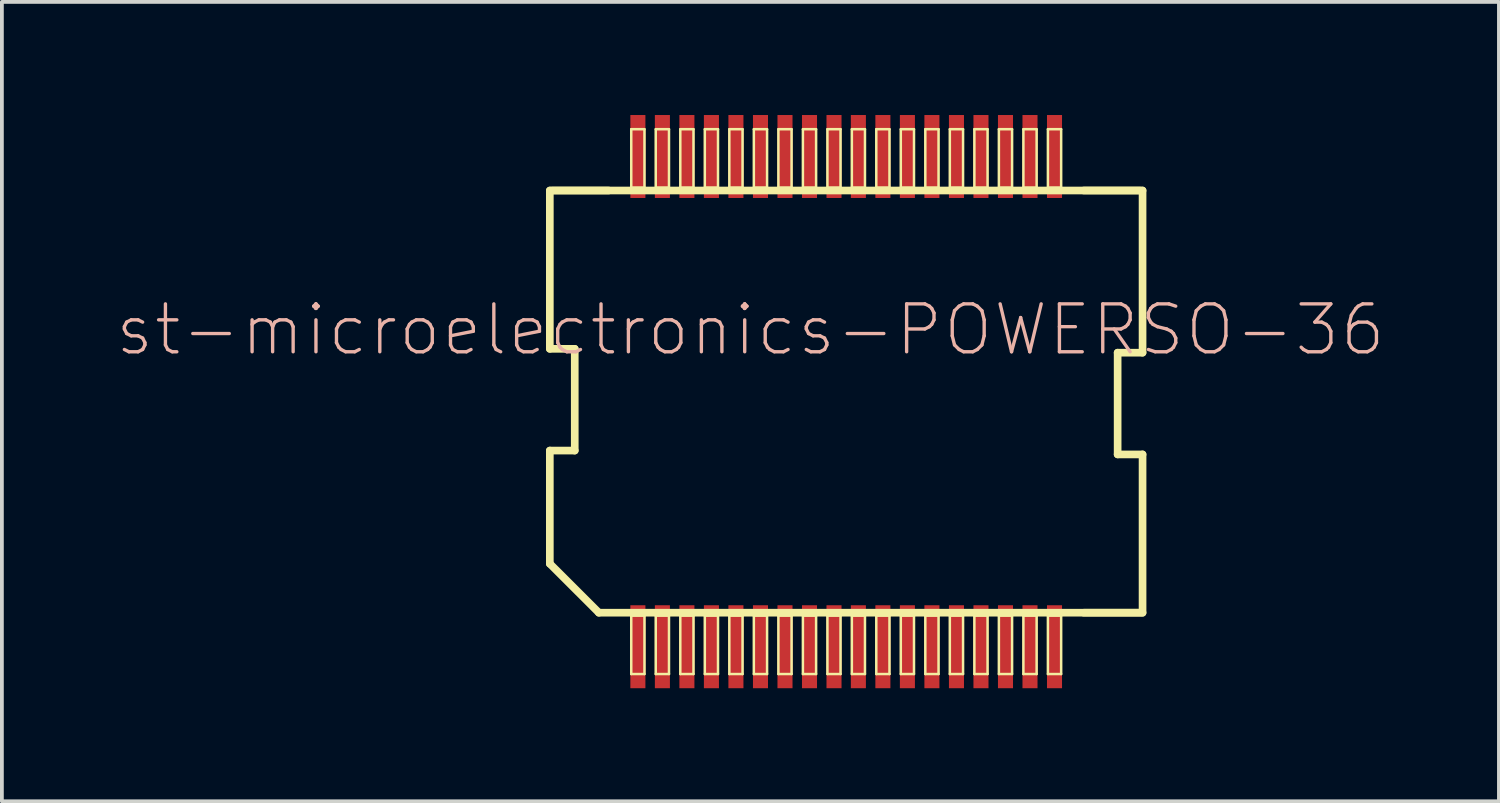
<source format=kicad_pcb>
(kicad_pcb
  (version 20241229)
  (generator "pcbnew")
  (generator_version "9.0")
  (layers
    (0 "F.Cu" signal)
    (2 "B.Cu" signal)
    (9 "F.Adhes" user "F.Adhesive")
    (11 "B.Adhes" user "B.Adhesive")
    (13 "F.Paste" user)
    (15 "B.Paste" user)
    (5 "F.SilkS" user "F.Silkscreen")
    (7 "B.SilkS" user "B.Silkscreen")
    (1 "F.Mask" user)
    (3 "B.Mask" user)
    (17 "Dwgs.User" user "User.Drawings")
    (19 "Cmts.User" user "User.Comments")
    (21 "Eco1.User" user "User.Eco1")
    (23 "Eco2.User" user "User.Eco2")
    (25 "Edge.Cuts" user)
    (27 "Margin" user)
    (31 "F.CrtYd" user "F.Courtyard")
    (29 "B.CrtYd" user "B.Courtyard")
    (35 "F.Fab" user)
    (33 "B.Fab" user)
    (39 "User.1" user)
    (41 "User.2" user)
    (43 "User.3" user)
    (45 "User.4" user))
  (footprint "st-microelectronics-POWERSO-36"
    (layer "F.Cu")
    (at 19.389 7.6)
    (property "Reference" "st-microelectronics-POWERSO-36" (at -2.54 -1.905 0) (layer "B.SilkS") (effects (font (size 1.27 1.27) (thickness 0.089))))
    (attr smd)
    (fp_line (start -7.859 -5.598) (end 7.859 -5.598) (stroke (width 0.203) (type solid)) (layer "F.SilkS"))
    (fp_line (start -7.859 -1.4) (end -7.859 -5.598) (stroke (width 0.203) (type solid)) (layer "F.SilkS"))
    (fp_line (start -7.859 1.298) (end -7.198 1.298) (stroke (width 0.203) (type solid)) (layer "F.SilkS"))
    (fp_line (start -7.859 4.298) (end -7.859 1.298) (stroke (width 0.203) (type solid)) (layer "F.SilkS"))
    (fp_line (start -7.798 -5.598) (end -6.299 -5.598) (stroke (width 0.203) (type solid)) (layer "F.SilkS"))
    (fp_line (start -7.198 -1.4) (end -7.859 -1.4) (stroke (width 0.203) (type solid)) (layer "F.SilkS"))
    (fp_line (start -7.198 1.298) (end -7.198 -1.4) (stroke (width 0.203) (type solid)) (layer "F.SilkS"))
    (fp_line (start -6.558 5.598) (end -7.859 4.298) (stroke (width 0.203) (type solid)) (layer "F.SilkS"))
    (fp_line (start -5.7 -7.224) (end -5.349 -7.224) (stroke (width 0.066) (type solid)) (layer "F.SilkS"))
    (fp_line (start -5.7 -5.674) (end -5.7 -7.224) (stroke (width 0.066) (type solid)) (layer "F.SilkS"))
    (fp_line (start -5.7 -5.674) (end -5.349 -5.674) (stroke (width 0.066) (type solid)) (layer "F.SilkS"))
    (fp_line (start -5.7 5.674) (end -5.349 5.674) (stroke (width 0.066) (type solid)) (layer "F.SilkS"))
    (fp_line (start -5.7 7.224) (end -5.7 5.674) (stroke (width 0.066) (type solid)) (layer "F.SilkS"))
    (fp_line (start -5.7 7.224) (end -5.349 7.224) (stroke (width 0.066) (type solid)) (layer "F.SilkS"))
    (fp_line (start -5.349 -5.674) (end -5.349 -7.224) (stroke (width 0.066) (type solid)) (layer "F.SilkS"))
    (fp_line (start -5.349 7.224) (end -5.349 5.674) (stroke (width 0.066) (type solid)) (layer "F.SilkS"))
    (fp_line (start -5.05 -7.224) (end -4.699 -7.224) (stroke (width 0.066) (type solid)) (layer "F.SilkS"))
    (fp_line (start -5.05 -5.674) (end -5.05 -7.224) (stroke (width 0.066) (type solid)) (layer "F.SilkS"))
    (fp_line (start -5.05 -5.674) (end -4.699 -5.674) (stroke (width 0.066) (type solid)) (layer "F.SilkS"))
    (fp_line (start -5.05 5.674) (end -4.699 5.674) (stroke (width 0.066) (type solid)) (layer "F.SilkS"))
    (fp_line (start -5.05 7.224) (end -5.05 5.674) (stroke (width 0.066) (type solid)) (layer "F.SilkS"))
    (fp_line (start -5.05 7.224) (end -4.699 7.224) (stroke (width 0.066) (type solid)) (layer "F.SilkS"))
    (fp_line (start -4.699 -5.674) (end -4.699 -7.224) (stroke (width 0.066) (type solid)) (layer "F.SilkS"))
    (fp_line (start -4.699 7.224) (end -4.699 5.674) (stroke (width 0.066) (type solid)) (layer "F.SilkS"))
    (fp_line (start -4.399 -7.224) (end -4.049 -7.224) (stroke (width 0.066) (type solid)) (layer "F.SilkS"))
    (fp_line (start -4.399 -5.674) (end -4.399 -7.224) (stroke (width 0.066) (type solid)) (layer "F.SilkS"))
    (fp_line (start -4.399 -5.674) (end -4.049 -5.674) (stroke (width 0.066) (type solid)) (layer "F.SilkS"))
    (fp_line (start -4.399 5.674) (end -4.049 5.674) (stroke (width 0.066) (type solid)) (layer "F.SilkS"))
    (fp_line (start -4.399 7.224) (end -4.399 5.674) (stroke (width 0.066) (type solid)) (layer "F.SilkS"))
    (fp_line (start -4.399 7.224) (end -4.049 7.224) (stroke (width 0.066) (type solid)) (layer "F.SilkS"))
    (fp_line (start -4.049 -5.674) (end -4.049 -7.224) (stroke (width 0.066) (type solid)) (layer "F.SilkS"))
    (fp_line (start -4.049 7.224) (end -4.049 5.674) (stroke (width 0.066) (type solid)) (layer "F.SilkS"))
    (fp_line (start -3.749 -7.224) (end -3.399 -7.224) (stroke (width 0.066) (type solid)) (layer "F.SilkS"))
    (fp_line (start -3.749 -5.674) (end -3.749 -7.224) (stroke (width 0.066) (type solid)) (layer "F.SilkS"))
    (fp_line (start -3.749 -5.674) (end -3.399 -5.674) (stroke (width 0.066) (type solid)) (layer "F.SilkS"))
    (fp_line (start -3.749 5.674) (end -3.399 5.674) (stroke (width 0.066) (type solid)) (layer "F.SilkS"))
    (fp_line (start -3.749 7.224) (end -3.749 5.674) (stroke (width 0.066) (type solid)) (layer "F.SilkS"))
    (fp_line (start -3.749 7.224) (end -3.399 7.224) (stroke (width 0.066) (type solid)) (layer "F.SilkS"))
    (fp_line (start -3.399 -5.674) (end -3.399 -7.224) (stroke (width 0.066) (type solid)) (layer "F.SilkS"))
    (fp_line (start -3.399 7.224) (end -3.399 5.674) (stroke (width 0.066) (type solid)) (layer "F.SilkS"))
    (fp_line (start -3.099 -7.224) (end -2.748 -7.224) (stroke (width 0.066) (type solid)) (layer "F.SilkS"))
    (fp_line (start -3.099 -5.674) (end -3.099 -7.224) (stroke (width 0.066) (type solid)) (layer "F.SilkS"))
    (fp_line (start -3.099 -5.674) (end -2.748 -5.674) (stroke (width 0.066) (type solid)) (layer "F.SilkS"))
    (fp_line (start -3.099 5.674) (end -2.748 5.674) (stroke (width 0.066) (type solid)) (layer "F.SilkS"))
    (fp_line (start -3.099 7.224) (end -3.099 5.674) (stroke (width 0.066) (type solid)) (layer "F.SilkS"))
    (fp_line (start -3.099 7.224) (end -2.748 7.224) (stroke (width 0.066) (type solid)) (layer "F.SilkS"))
    (fp_line (start -2.748 -5.674) (end -2.748 -7.224) (stroke (width 0.066) (type solid)) (layer "F.SilkS"))
    (fp_line (start -2.748 7.224) (end -2.748 5.674) (stroke (width 0.066) (type solid)) (layer "F.SilkS"))
    (fp_line (start -2.449 -7.224) (end -2.098 -7.224) (stroke (width 0.066) (type solid)) (layer "F.SilkS"))
    (fp_line (start -2.449 -5.674) (end -2.449 -7.224) (stroke (width 0.066) (type solid)) (layer "F.SilkS"))
    (fp_line (start -2.449 -5.674) (end -2.098 -5.674) (stroke (width 0.066) (type solid)) (layer "F.SilkS"))
    (fp_line (start -2.449 5.674) (end -2.098 5.674) (stroke (width 0.066) (type solid)) (layer "F.SilkS"))
    (fp_line (start -2.449 7.224) (end -2.449 5.674) (stroke (width 0.066) (type solid)) (layer "F.SilkS"))
    (fp_line (start -2.449 7.224) (end -2.098 7.224) (stroke (width 0.066) (type solid)) (layer "F.SilkS"))
    (fp_line (start -2.098 -5.674) (end -2.098 -7.224) (stroke (width 0.066) (type solid)) (layer "F.SilkS"))
    (fp_line (start -2.098 7.224) (end -2.098 5.674) (stroke (width 0.066) (type solid)) (layer "F.SilkS"))
    (fp_line (start -1.798 -7.224) (end -1.448 -7.224) (stroke (width 0.066) (type solid)) (layer "F.SilkS"))
    (fp_line (start -1.798 -5.674) (end -1.798 -7.224) (stroke (width 0.066) (type solid)) (layer "F.SilkS"))
    (fp_line (start -1.798 -5.674) (end -1.448 -5.674) (stroke (width 0.066) (type solid)) (layer "F.SilkS"))
    (fp_line (start -1.798 5.674) (end -1.448 5.674) (stroke (width 0.066) (type solid)) (layer "F.SilkS"))
    (fp_line (start -1.798 7.224) (end -1.798 5.674) (stroke (width 0.066) (type solid)) (layer "F.SilkS"))
    (fp_line (start -1.798 7.224) (end -1.448 7.224) (stroke (width 0.066) (type solid)) (layer "F.SilkS"))
    (fp_line (start -1.448 -5.674) (end -1.448 -7.224) (stroke (width 0.066) (type solid)) (layer "F.SilkS"))
    (fp_line (start -1.448 7.224) (end -1.448 5.674) (stroke (width 0.066) (type solid)) (layer "F.SilkS"))
    (fp_line (start -1.148 -7.224) (end -0.798 -7.224) (stroke (width 0.066) (type solid)) (layer "F.SilkS"))
    (fp_line (start -1.148 -5.674) (end -1.148 -7.224) (stroke (width 0.066) (type solid)) (layer "F.SilkS"))
    (fp_line (start -1.148 -5.674) (end -0.798 -5.674) (stroke (width 0.066) (type solid)) (layer "F.SilkS"))
    (fp_line (start -1.148 5.674) (end -0.798 5.674) (stroke (width 0.066) (type solid)) (layer "F.SilkS"))
    (fp_line (start -1.148 7.224) (end -1.148 5.674) (stroke (width 0.066) (type solid)) (layer "F.SilkS"))
    (fp_line (start -1.148 7.224) (end -0.798 7.224) (stroke (width 0.066) (type solid)) (layer "F.SilkS"))
    (fp_line (start -0.798 -5.674) (end -0.798 -7.224) (stroke (width 0.066) (type solid)) (layer "F.SilkS"))
    (fp_line (start -0.798 7.224) (end -0.798 5.674) (stroke (width 0.066) (type solid)) (layer "F.SilkS"))
    (fp_line (start -0.498 -7.224) (end -0.15 -7.224) (stroke (width 0.066) (type solid)) (layer "F.SilkS"))
    (fp_line (start -0.498 -5.674) (end -0.498 -7.224) (stroke (width 0.066) (type solid)) (layer "F.SilkS"))
    (fp_line (start -0.498 -5.674) (end -0.15 -5.674) (stroke (width 0.066) (type solid)) (layer "F.SilkS"))
    (fp_line (start -0.498 5.674) (end -0.15 5.674) (stroke (width 0.066) (type solid)) (layer "F.SilkS"))
    (fp_line (start -0.498 7.224) (end -0.498 5.674) (stroke (width 0.066) (type solid)) (layer "F.SilkS"))
    (fp_line (start -0.498 7.224) (end -0.15 7.224) (stroke (width 0.066) (type solid)) (layer "F.SilkS"))
    (fp_line (start -0.15 -5.674) (end -0.15 -7.224) (stroke (width 0.066) (type solid)) (layer "F.SilkS"))
    (fp_line (start -0.15 7.224) (end -0.15 5.674) (stroke (width 0.066) (type solid)) (layer "F.SilkS"))
    (fp_line (start 0.15 -7.224) (end 0.498 -7.224) (stroke (width 0.066) (type solid)) (layer "F.SilkS"))
    (fp_line (start 0.15 -5.674) (end 0.15 -7.224) (stroke (width 0.066) (type solid)) (layer "F.SilkS"))
    (fp_line (start 0.15 -5.674) (end 0.498 -5.674) (stroke (width 0.066) (type solid)) (layer "F.SilkS"))
    (fp_line (start 0.15 5.674) (end 0.498 5.674) (stroke (width 0.066) (type solid)) (layer "F.SilkS"))
    (fp_line (start 0.15 7.224) (end 0.15 5.674) (stroke (width 0.066) (type solid)) (layer "F.SilkS"))
    (fp_line (start 0.15 7.224) (end 0.498 7.224) (stroke (width 0.066) (type solid)) (layer "F.SilkS"))
    (fp_line (start 0.498 -5.674) (end 0.498 -7.224) (stroke (width 0.066) (type solid)) (layer "F.SilkS"))
    (fp_line (start 0.498 7.224) (end 0.498 5.674) (stroke (width 0.066) (type solid)) (layer "F.SilkS"))
    (fp_line (start 0.798 -7.224) (end 1.148 -7.224) (stroke (width 0.066) (type solid)) (layer "F.SilkS"))
    (fp_line (start 0.798 -5.674) (end 0.798 -7.224) (stroke (width 0.066) (type solid)) (layer "F.SilkS"))
    (fp_line (start 0.798 -5.674) (end 1.148 -5.674) (stroke (width 0.066) (type solid)) (layer "F.SilkS"))
    (fp_line (start 0.798 5.674) (end 1.148 5.674) (stroke (width 0.066) (type solid)) (layer "F.SilkS"))
    (fp_line (start 0.798 7.224) (end 0.798 5.674) (stroke (width 0.066) (type solid)) (layer "F.SilkS"))
    (fp_line (start 0.798 7.224) (end 1.148 7.224) (stroke (width 0.066) (type solid)) (layer "F.SilkS"))
    (fp_line (start 1.148 -5.674) (end 1.148 -7.224) (stroke (width 0.066) (type solid)) (layer "F.SilkS"))
    (fp_line (start 1.148 7.224) (end 1.148 5.674) (stroke (width 0.066) (type solid)) (layer "F.SilkS"))
    (fp_line (start 1.448 -7.224) (end 1.798 -7.224) (stroke (width 0.066) (type solid)) (layer "F.SilkS"))
    (fp_line (start 1.448 -5.674) (end 1.448 -7.224) (stroke (width 0.066) (type solid)) (layer "F.SilkS"))
    (fp_line (start 1.448 -5.674) (end 1.798 -5.674) (stroke (width 0.066) (type solid)) (layer "F.SilkS"))
    (fp_line (start 1.448 5.674) (end 1.798 5.674) (stroke (width 0.066) (type solid)) (layer "F.SilkS"))
    (fp_line (start 1.448 7.224) (end 1.448 5.674) (stroke (width 0.066) (type solid)) (layer "F.SilkS"))
    (fp_line (start 1.448 7.224) (end 1.798 7.224) (stroke (width 0.066) (type solid)) (layer "F.SilkS"))
    (fp_line (start 1.798 -5.674) (end 1.798 -7.224) (stroke (width 0.066) (type solid)) (layer "F.SilkS"))
    (fp_line (start 1.798 7.224) (end 1.798 5.674) (stroke (width 0.066) (type solid)) (layer "F.SilkS"))
    (fp_line (start 2.098 -7.224) (end 2.449 -7.224) (stroke (width 0.066) (type solid)) (layer "F.SilkS"))
    (fp_line (start 2.098 -5.674) (end 2.098 -7.224) (stroke (width 0.066) (type solid)) (layer "F.SilkS"))
    (fp_line (start 2.098 -5.674) (end 2.449 -5.674) (stroke (width 0.066) (type solid)) (layer "F.SilkS"))
    (fp_line (start 2.098 5.674) (end 2.449 5.674) (stroke (width 0.066) (type solid)) (layer "F.SilkS"))
    (fp_line (start 2.098 7.224) (end 2.098 5.674) (stroke (width 0.066) (type solid)) (layer "F.SilkS"))
    (fp_line (start 2.098 7.224) (end 2.449 7.224) (stroke (width 0.066) (type solid)) (layer "F.SilkS"))
    (fp_line (start 2.449 -5.674) (end 2.449 -7.224) (stroke (width 0.066) (type solid)) (layer "F.SilkS"))
    (fp_line (start 2.449 7.224) (end 2.449 5.674) (stroke (width 0.066) (type solid)) (layer "F.SilkS"))
    (fp_line (start 2.748 -7.224) (end 3.099 -7.224) (stroke (width 0.066) (type solid)) (layer "F.SilkS"))
    (fp_line (start 2.748 -5.674) (end 2.748 -7.224) (stroke (width 0.066) (type solid)) (layer "F.SilkS"))
    (fp_line (start 2.748 -5.674) (end 3.099 -5.674) (stroke (width 0.066) (type solid)) (layer "F.SilkS"))
    (fp_line (start 2.748 5.674) (end 3.099 5.674) (stroke (width 0.066) (type solid)) (layer "F.SilkS"))
    (fp_line (start 2.748 7.224) (end 2.748 5.674) (stroke (width 0.066) (type solid)) (layer "F.SilkS"))
    (fp_line (start 2.748 7.224) (end 3.099 7.224) (stroke (width 0.066) (type solid)) (layer "F.SilkS"))
    (fp_line (start 3.099 -5.674) (end 3.099 -7.224) (stroke (width 0.066) (type solid)) (layer "F.SilkS"))
    (fp_line (start 3.099 7.224) (end 3.099 5.674) (stroke (width 0.066) (type solid)) (layer "F.SilkS"))
    (fp_line (start 3.399 -7.224) (end 3.749 -7.224) (stroke (width 0.066) (type solid)) (layer "F.SilkS"))
    (fp_line (start 3.399 -5.674) (end 3.399 -7.224) (stroke (width 0.066) (type solid)) (layer "F.SilkS"))
    (fp_line (start 3.399 -5.674) (end 3.749 -5.674) (stroke (width 0.066) (type solid)) (layer "F.SilkS"))
    (fp_line (start 3.399 5.674) (end 3.749 5.674) (stroke (width 0.066) (type solid)) (layer "F.SilkS"))
    (fp_line (start 3.399 7.224) (end 3.399 5.674) (stroke (width 0.066) (type solid)) (layer "F.SilkS"))
    (fp_line (start 3.399 7.224) (end 3.749 7.224) (stroke (width 0.066) (type solid)) (layer "F.SilkS"))
    (fp_line (start 3.749 -5.674) (end 3.749 -7.224) (stroke (width 0.066) (type solid)) (layer "F.SilkS"))
    (fp_line (start 3.749 7.224) (end 3.749 5.674) (stroke (width 0.066) (type solid)) (layer "F.SilkS"))
    (fp_line (start 4.049 -7.224) (end 4.399 -7.224) (stroke (width 0.066) (type solid)) (layer "F.SilkS"))
    (fp_line (start 4.049 -5.674) (end 4.049 -7.224) (stroke (width 0.066) (type solid)) (layer "F.SilkS"))
    (fp_line (start 4.049 -5.674) (end 4.399 -5.674) (stroke (width 0.066) (type solid)) (layer "F.SilkS"))
    (fp_line (start 4.049 5.674) (end 4.399 5.674) (stroke (width 0.066) (type solid)) (layer "F.SilkS"))
    (fp_line (start 4.049 7.224) (end 4.049 5.674) (stroke (width 0.066) (type solid)) (layer "F.SilkS"))
    (fp_line (start 4.049 7.224) (end 4.399 7.224) (stroke (width 0.066) (type solid)) (layer "F.SilkS"))
    (fp_line (start 4.399 -5.674) (end 4.399 -7.224) (stroke (width 0.066) (type solid)) (layer "F.SilkS"))
    (fp_line (start 4.399 7.224) (end 4.399 5.674) (stroke (width 0.066) (type solid)) (layer "F.SilkS"))
    (fp_line (start 4.699 -7.224) (end 5.05 -7.224) (stroke (width 0.066) (type solid)) (layer "F.SilkS"))
    (fp_line (start 4.699 -5.674) (end 4.699 -7.224) (stroke (width 0.066) (type solid)) (layer "F.SilkS"))
    (fp_line (start 4.699 -5.674) (end 5.05 -5.674) (stroke (width 0.066) (type solid)) (layer "F.SilkS"))
    (fp_line (start 4.699 5.674) (end 5.05 5.674) (stroke (width 0.066) (type solid)) (layer "F.SilkS"))
    (fp_line (start 4.699 7.224) (end 4.699 5.674) (stroke (width 0.066) (type solid)) (layer "F.SilkS"))
    (fp_line (start 4.699 7.224) (end 5.05 7.224) (stroke (width 0.066) (type solid)) (layer "F.SilkS"))
    (fp_line (start 5.05 -5.674) (end 5.05 -7.224) (stroke (width 0.066) (type solid)) (layer "F.SilkS"))
    (fp_line (start 5.05 7.224) (end 5.05 5.674) (stroke (width 0.066) (type solid)) (layer "F.SilkS"))
    (fp_line (start 5.349 -7.224) (end 5.7 -7.224) (stroke (width 0.066) (type solid)) (layer "F.SilkS"))
    (fp_line (start 5.349 -5.674) (end 5.349 -7.224) (stroke (width 0.066) (type solid)) (layer "F.SilkS"))
    (fp_line (start 5.349 -5.674) (end 5.7 -5.674) (stroke (width 0.066) (type solid)) (layer "F.SilkS"))
    (fp_line (start 5.349 5.674) (end 5.7 5.674) (stroke (width 0.066) (type solid)) (layer "F.SilkS"))
    (fp_line (start 5.349 7.224) (end 5.349 5.674) (stroke (width 0.066) (type solid)) (layer "F.SilkS"))
    (fp_line (start 5.349 7.224) (end 5.7 7.224) (stroke (width 0.066) (type solid)) (layer "F.SilkS"))
    (fp_line (start 5.7 -5.674) (end 5.7 -7.224) (stroke (width 0.066) (type solid)) (layer "F.SilkS"))
    (fp_line (start 5.7 7.224) (end 5.7 5.674) (stroke (width 0.066) (type solid)) (layer "F.SilkS"))
    (fp_line (start 7.198 -1.298) (end 7.198 1.4) (stroke (width 0.203) (type solid)) (layer "F.SilkS"))
    (fp_line (start 7.198 1.4) (end 7.859 1.4) (stroke (width 0.203) (type solid)) (layer "F.SilkS"))
    (fp_line (start 7.798 -5.598) (end 6.299 -5.598) (stroke (width 0.203) (type solid)) (layer "F.SilkS"))
    (fp_line (start 7.798 5.598) (end 6.299 5.598) (stroke (width 0.203) (type solid)) (layer "F.SilkS"))
    (fp_line (start 7.859 -5.598) (end 7.859 -1.298) (stroke (width 0.203) (type solid)) (layer "F.SilkS"))
    (fp_line (start 7.859 -1.298) (end 7.198 -1.298) (stroke (width 0.203) (type solid)) (layer "F.SilkS"))
    (fp_line (start 7.859 1.4) (end 7.859 5.598) (stroke (width 0.203) (type solid)) (layer "F.SilkS"))
    (fp_line (start 7.859 5.598) (end -6.558 5.598) (stroke (width 0.203) (type solid)) (layer "F.SilkS"))
    (pad "1" smd rect (at -5.524 6.5) (size 0.399 2.2) (layers "F.Cu" "F.Mask" "F.Paste"))
    (pad "2" smd rect (at -4.874 6.5) (size 0.399 2.2) (layers "F.Cu" "F.Mask" "F.Paste"))
    (pad "3" smd rect (at -4.224 6.5) (size 0.399 2.2) (layers "F.Cu" "F.Mask" "F.Paste"))
    (pad "4" smd rect (at -3.574 6.5) (size 0.399 2.2) (layers "F.Cu" "F.Mask" "F.Paste"))
    (pad "5" smd rect (at -2.924 6.5) (size 0.399 2.2) (layers "F.Cu" "F.Mask" "F.Paste"))
    (pad "6" smd rect (at -2.273 6.5) (size 0.399 2.2) (layers "F.Cu" "F.Mask" "F.Paste"))
    (pad "7" smd rect (at -1.623 6.5) (size 0.399 2.2) (layers "F.Cu" "F.Mask" "F.Paste"))
    (pad "8" smd rect (at -0.973 6.5) (size 0.399 2.2) (layers "F.Cu" "F.Mask" "F.Paste"))
    (pad "9" smd rect (at -0.323 6.5) (size 0.399 2.2) (layers "F.Cu" "F.Mask" "F.Paste"))
    (pad "10" smd rect (at 0.323 6.5) (size 0.399 2.2) (layers "F.Cu" "F.Mask" "F.Paste"))
    (pad "11" smd rect (at 0.973 6.5) (size 0.399 2.2) (layers "F.Cu" "F.Mask" "F.Paste"))
    (pad "12" smd rect (at 1.623 6.5) (size 0.399 2.2) (layers "F.Cu" "F.Mask" "F.Paste"))
    (pad "13" smd rect (at 2.273 6.5) (size 0.399 2.2) (layers "F.Cu" "F.Mask" "F.Paste"))
    (pad "14" smd rect (at 2.924 6.5) (size 0.399 2.2) (layers "F.Cu" "F.Mask" "F.Paste"))
    (pad "15" smd rect (at 3.574 6.5) (size 0.399 2.2) (layers "F.Cu" "F.Mask" "F.Paste"))
    (pad "16" smd rect (at 4.224 6.5) (size 0.399 2.2) (layers "F.Cu" "F.Mask" "F.Paste"))
    (pad "17" smd rect (at 4.874 6.5) (size 0.399 2.2) (layers "F.Cu" "F.Mask" "F.Paste"))
    (pad "18" smd rect (at 5.524 6.5) (size 0.399 2.2) (layers "F.Cu" "F.Mask" "F.Paste"))
    (pad "19" smd rect (at 5.524 -6.5) (size 0.399 2.2) (layers "F.Cu" "F.Mask" "F.Paste"))
    (pad "20" smd rect (at 4.874 -6.5) (size 0.399 2.2) (layers "F.Cu" "F.Mask" "F.Paste"))
    (pad "21" smd rect (at 4.224 -6.5) (size 0.399 2.2) (layers "F.Cu" "F.Mask" "F.Paste"))
    (pad "22" smd rect (at 3.574 -6.5) (size 0.399 2.2) (layers "F.Cu" "F.Mask" "F.Paste"))
    (pad "23" smd rect (at 2.924 -6.5) (size 0.399 2.2) (layers "F.Cu" "F.Mask" "F.Paste"))
    (pad "24" smd rect (at 2.273 -6.5) (size 0.399 2.2) (layers "F.Cu" "F.Mask" "F.Paste"))
    (pad "25" smd rect (at 1.623 -6.5) (size 0.399 2.2) (layers "F.Cu" "F.Mask" "F.Paste"))
    (pad "26" smd rect (at 0.973 -6.5) (size 0.399 2.2) (layers "F.Cu" "F.Mask" "F.Paste"))
    (pad "27" smd rect (at 0.323 -6.5) (size 0.399 2.2) (layers "F.Cu" "F.Mask" "F.Paste"))
    (pad "28" smd rect (at -0.323 -6.5) (size 0.399 2.2) (layers "F.Cu" "F.Mask" "F.Paste"))
    (pad "29" smd rect (at -0.973 -6.5) (size 0.399 2.2) (layers "F.Cu" "F.Mask" "F.Paste"))
    (pad "30" smd rect (at -1.623 -6.5) (size 0.399 2.2) (layers "F.Cu" "F.Mask" "F.Paste"))
    (pad "31" smd rect (at -2.273 -6.5) (size 0.399 2.2) (layers "F.Cu" "F.Mask" "F.Paste"))
    (pad "32" smd rect (at -2.924 -6.5) (size 0.399 2.2) (layers "F.Cu" "F.Mask" "F.Paste"))
    (pad "33" smd rect (at -3.574 -6.5) (size 0.399 2.2) (layers "F.Cu" "F.Mask" "F.Paste"))
    (pad "34" smd rect (at -4.224 -6.5) (size 0.399 2.2) (layers "F.Cu" "F.Mask" "F.Paste"))
    (pad "35" smd rect (at -4.874 -6.5) (size 0.399 2.2) (layers "F.Cu" "F.Mask" "F.Paste"))
    (pad "36" smd rect (at -5.524 -6.5) (size 0.399 2.2) (layers "F.Cu" "F.Mask" "F.Paste")))
  (gr_rect
    (start -3 -3)
    (end 36.698 18.199)
    (stroke (width 0.1) (type default))
    (fill no)
    (layer "Edge.Cuts")))
</source>
